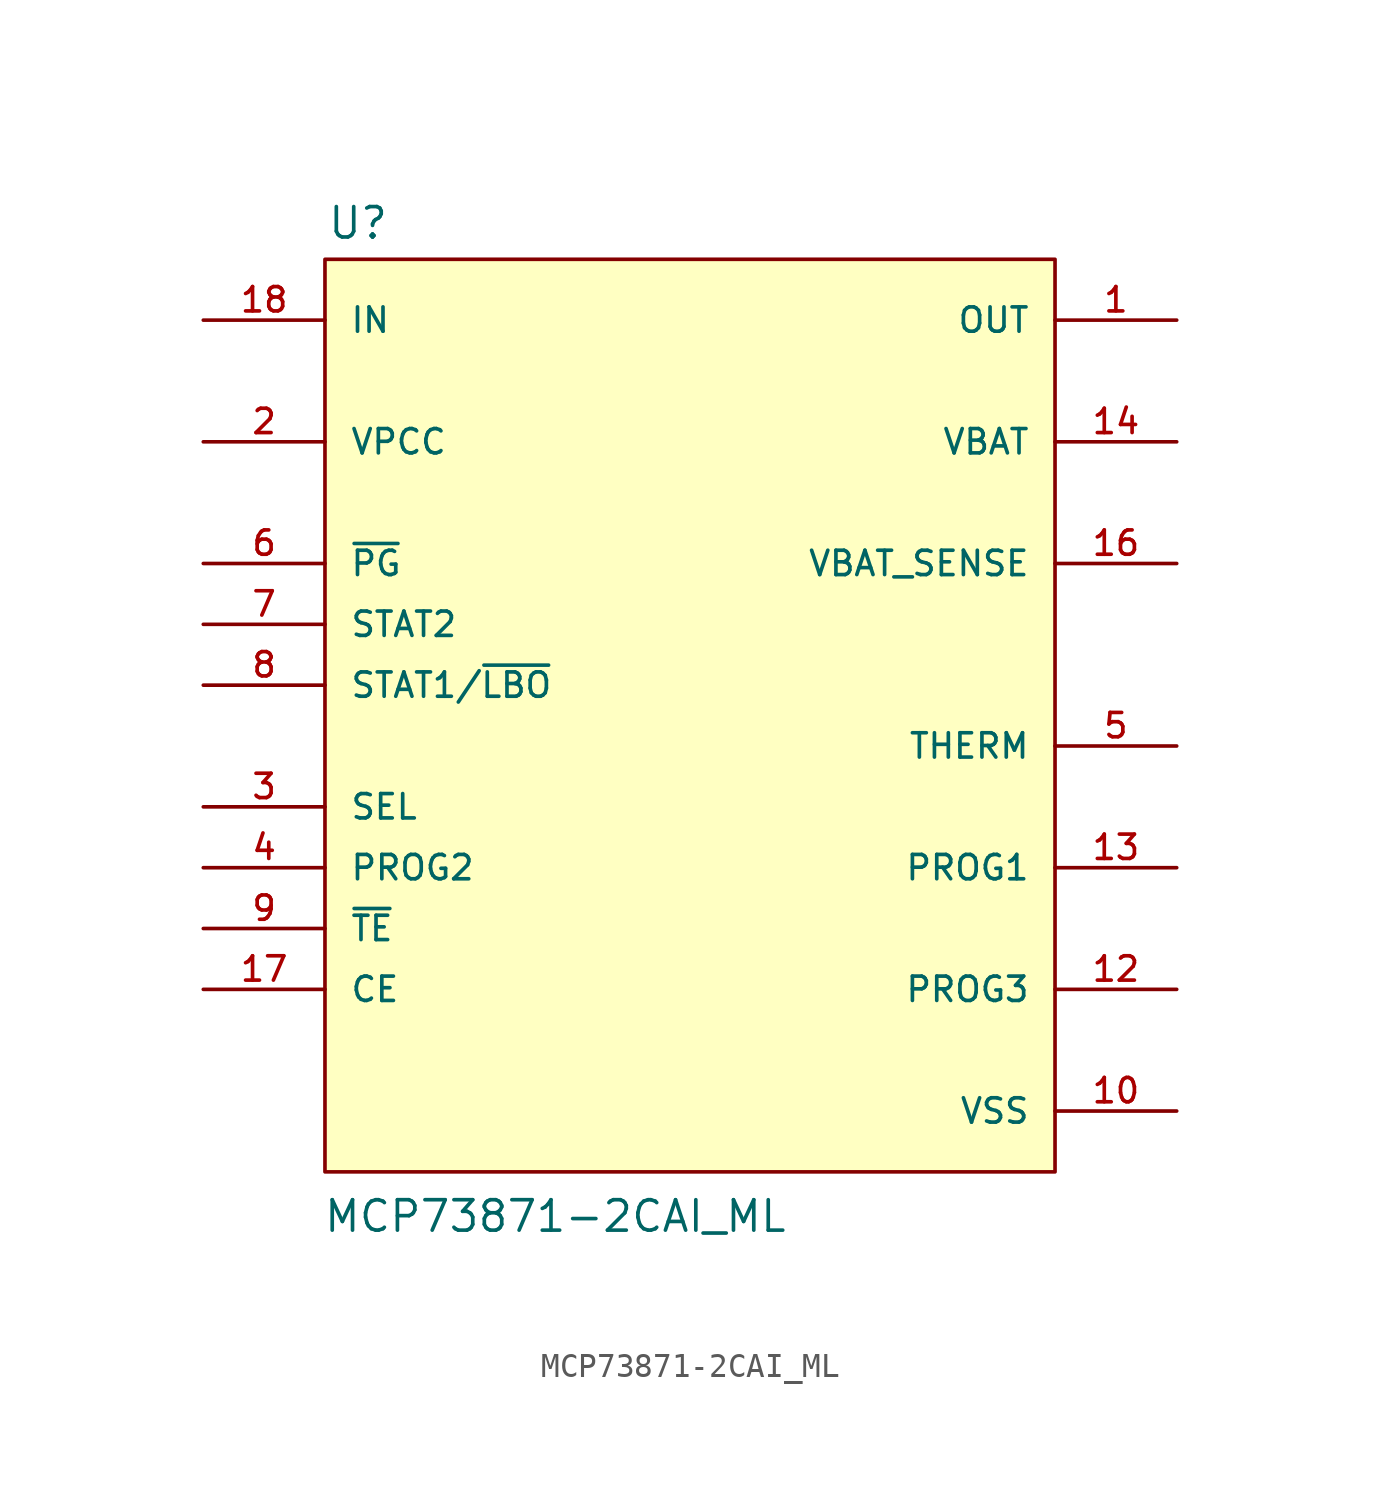
<source format=kicad_sym>
(kicad_symbol_lib
  (version 20211014)
  (generator kicad_symbol_editor)
  (symbol "MCP73871-2CAI_ML"
    (pin_names
      (offset 1.016))
    (property "Reference" "U"
      (at -15.168 18.548 0.0)
      (effects (font (size 1.27 1.27)) (justify bottom left)))
    (property "Value" "MCP73871-2CAI_ML"
      (at -15.339 -22.916 0.0)
      (effects (font (size 1.27 1.27)) (justify bottom left)))
    (symbol "MCP73871-2CAI_ML_0_0"
      (rectangle (start -15.24 -20.32) (end 15.24 17.78) (stroke (width 0.152)) (fill (type background)))
      (pin output line (at 20.32 15.24 180.0) (length 5.08) (name "OUT" (effects (font (size 1.016 1.016)))) (number "1" (effects (font (size 1.016 1.016)))))
      (pin output line (at 20.32 15.24 180.0) (length 5.08) hide (name "OUT" (effects (font (size 1.016 1.016)))) (number "20" (effects (font (size 1.016 1.016)))))
      (pin input line (at -20.32 10.16 0) (length 5.08) (name "VPCC" (effects (font (size 1.016 1.016)))) (number "2" (effects (font (size 1.016 1.016)))))
      (pin input line (at -20.32 -5.08 0) (length 5.08) (name "SEL" (effects (font (size 1.016 1.016)))) (number "3" (effects (font (size 1.016 1.016)))))
      (pin input line (at -20.32 -7.62 0) (length 5.08) (name "PROG2" (effects (font (size 1.016 1.016)))) (number "4" (effects (font (size 1.016 1.016)))))
      (pin bidirectional line (at 20.32 -2.54 180.0) (length 5.08) (name "THERM" (effects (font (size 1.016 1.016)))) (number "5" (effects (font (size 1.016 1.016)))))
      (pin output line (at -20.32 5.08 0) (length 5.08) (name "~{PG}" (effects (font (size 1.016 1.016)))) (number "6" (effects (font (size 1.016 1.016)))))
      (pin output line (at -20.32 2.54 0) (length 5.08) (name "STAT2" (effects (font (size 1.016 1.016)))) (number "7" (effects (font (size 1.016 1.016)))))
      (pin output line (at -20.32 0.0 0) (length 5.08) (name "STAT1/~{LBO}" (effects (font (size 1.016 1.016)))) (number "8" (effects (font (size 1.016 1.016)))))
      (pin input line (at -20.32 -10.16 0) (length 5.08) (name "~{TE}" (effects (font (size 1.016 1.016)))) (number "9" (effects (font (size 1.016 1.016)))))
      (pin power_in line (at 20.32 -17.78 180.0) (length 5.08) (name "VSS" (effects (font (size 1.016 1.016)))) (number "10" (effects (font (size 1.016 1.016)))))
      (pin power_in line (at 20.32 -17.78 180.0) (length 5.08) hide (name "VSS" (effects (font (size 1.016 1.016)))) (number "11" (effects (font (size 1.016 1.016)))))
      (pin power_in line (at 20.32 -17.78 180.0) (length 5.08) hide (name "VSS" (effects (font (size 1.016 1.016)))) (number "21" (effects (font (size 1.016 1.016)))))
      (pin bidirectional line (at 20.32 -12.7 180.0) (length 5.08) (name "PROG3" (effects (font (size 1.016 1.016)))) (number "12" (effects (font (size 1.016 1.016)))))
      (pin bidirectional line (at 20.32 -7.62 180.0) (length 5.08) (name "PROG1" (effects (font (size 1.016 1.016)))) (number "13" (effects (font (size 1.016 1.016)))))
      (pin bidirectional line (at 20.32 10.16 180.0) (length 5.08) (name "VBAT" (effects (font (size 1.016 1.016)))) (number "14" (effects (font (size 1.016 1.016)))))
      (pin bidirectional line (at 20.32 10.16 180.0) (length 5.08) hide (name "VBAT" (effects (font (size 1.016 1.016)))) (number "15" (effects (font (size 1.016 1.016)))))
      (pin bidirectional line (at 20.32 5.08 180.0) (length 5.08) (name "VBAT_SENSE" (effects (font (size 1.016 1.016)))) (number "16" (effects (font (size 1.016 1.016)))))
      (pin input line (at -20.32 -12.7 0) (length 5.08) (name "CE" (effects (font (size 1.016 1.016)))) (number "17" (effects (font (size 1.016 1.016)))))
      (pin input line (at -20.32 15.24 0) (length 5.08) (name "IN" (effects (font (size 1.016 1.016)))) (number "18" (effects (font (size 1.016 1.016)))))
      (pin input line (at -20.32 15.24 0) (length 5.08) hide (name "IN" (effects (font (size 1.016 1.016)))) (number "19" (effects (font (size 1.016 1.016))))))))
</source>
